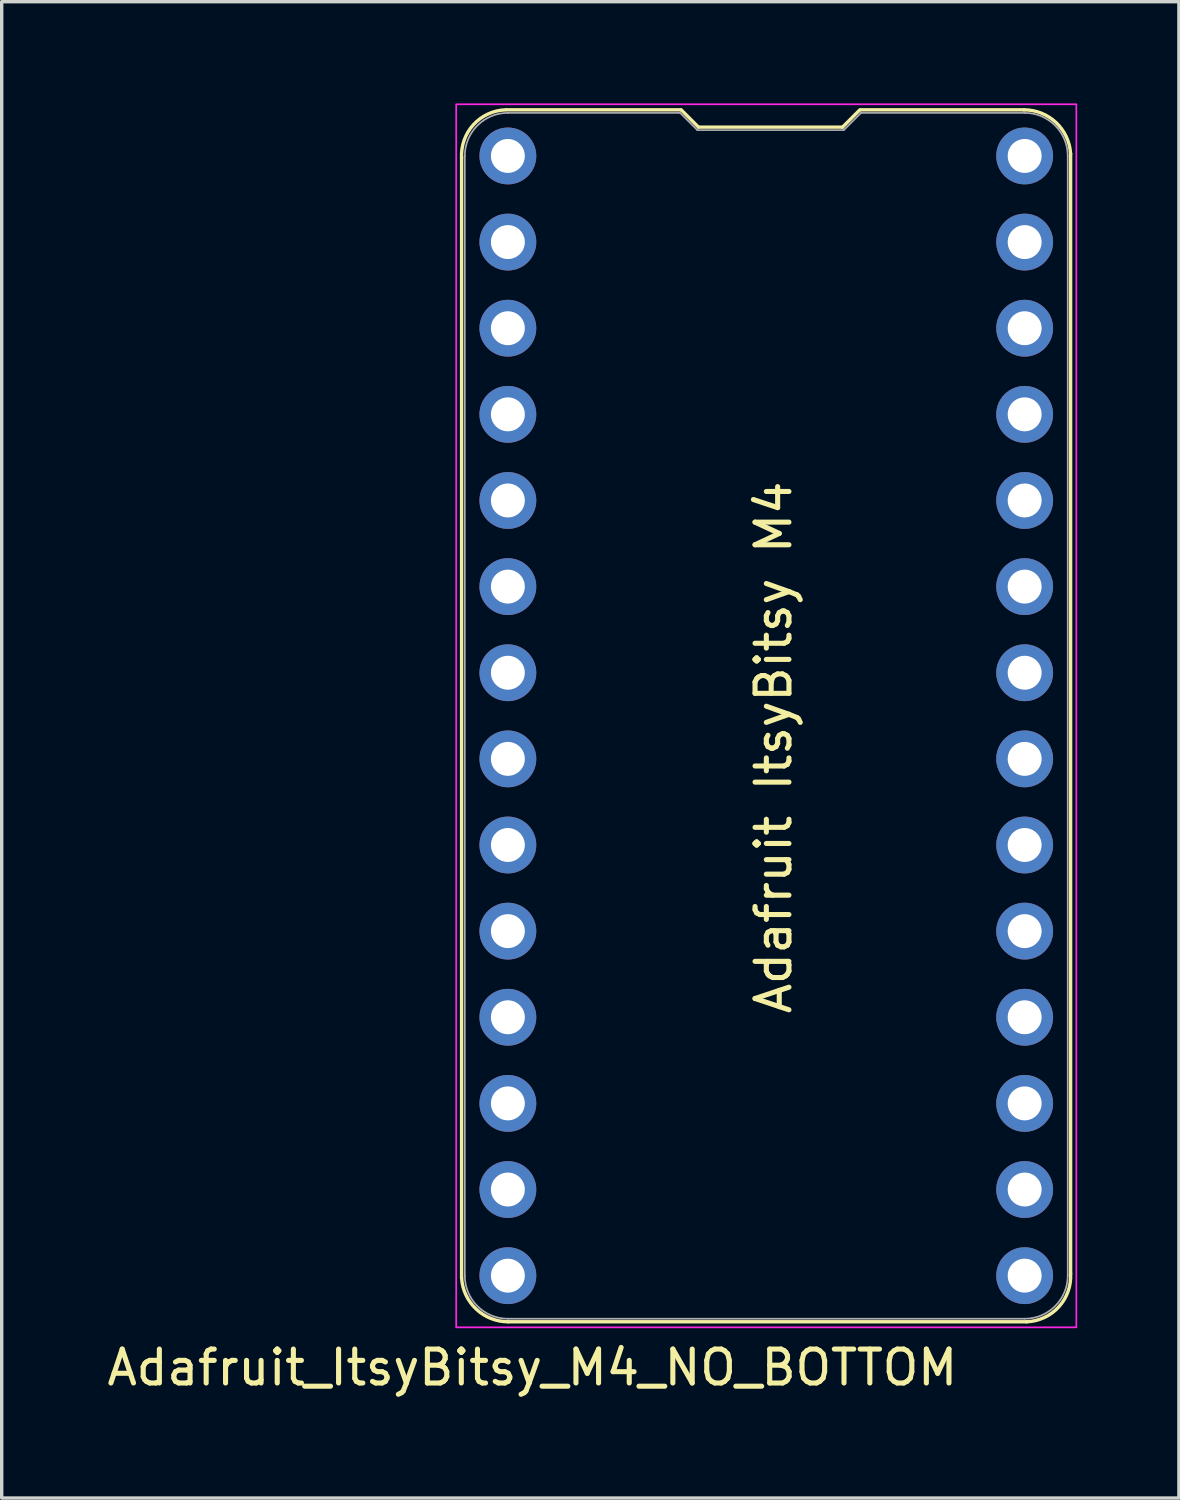
<source format=kicad_pcb>
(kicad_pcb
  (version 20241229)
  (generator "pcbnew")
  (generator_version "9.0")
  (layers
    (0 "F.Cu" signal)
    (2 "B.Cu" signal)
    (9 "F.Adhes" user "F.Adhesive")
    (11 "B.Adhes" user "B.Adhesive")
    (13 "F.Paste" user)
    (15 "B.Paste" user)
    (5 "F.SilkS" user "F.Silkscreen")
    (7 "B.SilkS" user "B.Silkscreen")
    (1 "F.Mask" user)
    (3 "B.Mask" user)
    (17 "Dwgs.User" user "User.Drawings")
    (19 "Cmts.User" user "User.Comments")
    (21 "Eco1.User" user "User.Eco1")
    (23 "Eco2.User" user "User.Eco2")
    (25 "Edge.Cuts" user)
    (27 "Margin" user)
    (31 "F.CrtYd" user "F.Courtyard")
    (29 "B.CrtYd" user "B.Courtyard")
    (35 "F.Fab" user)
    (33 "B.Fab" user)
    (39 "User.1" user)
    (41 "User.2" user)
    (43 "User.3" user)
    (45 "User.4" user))
  (footprint "Adafruit_ItsyBitsy_M4_NO_BOTTOM"
    (layer "F.Cu")
    (at 19.761 18.991)
    (property "Reference" "Adafruit_ItsyBitsy_M4_NO_BOTTOM" (at -7.112 18.288 0) (unlocked yes) (layer "F.SilkS") (effects (font (size 1 1) (thickness 0.15))))
    (attr through_hole)
    (fp_line (start -9.199 -17.382) (end -9.199 15.638) (stroke (width 0.1) (type solid)) (layer "F.SilkS"))
    (fp_line (start -7.814 16.938) (end 7.466 16.938) (stroke (width 0.1) (type solid)) (layer "F.SilkS"))
    (fp_line (start -2.734 -18.802) (end -7.874 -18.802) (stroke (width 0.1) (type solid)) (layer "F.SilkS"))
    (fp_line (start -2.214 -18.292) (end -2.722 -18.8) (stroke (width 0.1) (type solid)) (layer "F.SilkS"))
    (fp_line (start 2.036 -18.292) (end -2.204 -18.292) (stroke (width 0.1) (type solid)) (layer "F.SilkS"))
    (fp_line (start 2.54 -18.796) (end 2.032 -18.288) (stroke (width 0.1) (type solid)) (layer "F.SilkS"))
    (fp_line (start 7.386 -18.802) (end 2.56 -18.802) (stroke (width 0.1) (type solid)) (layer "F.SilkS"))
    (fp_line (start 8.761 15.518) (end 8.761 -17.502) (stroke (width 0.1) (type solid)) (layer "F.SilkS"))
    (fp_arc (start -9.199 -17.382) (mid -8.849361 -18.363641) (end -7.904 -18.802) (stroke (width 0.1) (type solid)) (layer "F.SilkS"))
    (fp_arc (start -7.824 16.938) (mid -8.770132 16.561553) (end -9.199 15.638) (stroke (width 0.1) (type solid)) (layer "F.SilkS"))
    (fp_arc (start 7.386 -18.802) (mid 8.332127 -18.425548) (end 8.761 -17.502) (stroke (width 0.1) (type solid)) (layer "F.SilkS"))
    (fp_arc (start 8.761 15.518) (mid 8.411359 16.499644) (end 7.466 16.938) (stroke (width 0.1) (type solid)) (layer "F.SilkS"))
    (fp_rect (start 8.93 17.102) (end -9.358 -18.966) (stroke (width 0.05) (type default)) (fill no) (layer "F.CrtYd"))
    (fp_line (start -9.104 -17.442) (end -9.104 15.578) (stroke (width 0.05) (type solid)) (layer "F.Fab"))
    (fp_line (start -7.834 16.848) (end 7.406 16.848) (stroke (width 0.05) (type solid)) (layer "F.Fab"))
    (fp_line (start -2.754 -18.712) (end -7.834 -18.712) (stroke (width 0.05) (type solid)) (layer "F.Fab"))
    (fp_line (start -2.246 -18.204) (end -2.754 -18.712) (stroke (width 0.05) (type solid)) (layer "F.Fab"))
    (fp_line (start 2.072 -18.204) (end -2.246 -18.204) (stroke (width 0.05) (type solid)) (layer "F.Fab"))
    (fp_line (start 2.58 -18.712) (end 2.072 -18.204) (stroke (width 0.05) (type solid)) (layer "F.Fab"))
    (fp_line (start 7.406 -18.712) (end 2.58 -18.712) (stroke (width 0.05) (type solid)) (layer "F.Fab"))
    (fp_line (start 8.676 15.578) (end 8.676 -17.442) (stroke (width 0.05) (type solid)) (layer "F.Fab"))
    (fp_arc (start -9.104 -17.442) (mid -8.732026 -18.340026) (end -7.834 -18.712) (stroke (width 0.05) (type solid)) (layer "F.Fab"))
    (fp_arc (start -7.834 16.848) (mid -8.732034 16.476034) (end -9.104 15.578) (stroke (width 0.05) (type solid)) (layer "F.Fab"))
    (fp_arc (start 7.406 -18.712) (mid 8.304026 -18.340026) (end 8.676 -17.442) (stroke (width 0.05) (type solid)) (layer "F.Fab"))
    (fp_arc (start 8.676 15.578) (mid 8.304055 16.476055) (end 7.406 16.848) (stroke (width 0.05) (type solid)) (layer "F.Fab"))
    (fp_text user "Adafruit ItsyBitsy M4" (at 0 0 270) (layer "F.SilkS") (effects (font (size 1 1) (thickness 0.15))))
    (pad "1" thru_hole circle (at -7.834 -17.442) (size 1.676 1.676) (drill 1) (layers "*.Cu" "*.Mask"))
    (pad "2" thru_hole circle (at -7.834 -14.902 180) (size 1.676 1.676) (drill 1) (layers "*.Cu" "*.Mask"))
    (pad "3" thru_hole circle (at -7.834 -12.362 180) (size 1.676 1.676) (drill 1) (layers "*.Cu" "*.Mask"))
    (pad "4" thru_hole circle (at -7.834 -9.822 180) (size 1.676 1.676) (drill 1) (layers "*.Cu" "*.Mask"))
    (pad "5" thru_hole circle (at -7.834 -7.282 180) (size 1.676 1.676) (drill 1) (layers "*.Cu" "*.Mask"))
    (pad "6" thru_hole circle (at -7.834 -4.742 180) (size 1.676 1.676) (drill 1) (layers "*.Cu" "*.Mask"))
    (pad "7" thru_hole circle (at -7.834 -2.202 180) (size 1.676 1.676) (drill 1) (layers "*.Cu" "*.Mask"))
    (pad "8" thru_hole circle (at -7.834 0.338 180) (size 1.676 1.676) (drill 1) (layers "*.Cu" "*.Mask"))
    (pad "9" thru_hole circle (at -7.834 2.878 180) (size 1.676 1.676) (drill 1) (layers "*.Cu" "*.Mask"))
    (pad "10" thru_hole circle (at -7.834 5.418 180) (size 1.676 1.676) (drill 1) (layers "*.Cu" "*.Mask"))
    (pad "11" thru_hole circle (at -7.834 7.958 180) (size 1.676 1.676) (drill 1) (layers "*.Cu" "*.Mask"))
    (pad "12" thru_hole circle (at -7.834 10.498 180) (size 1.676 1.676) (drill 1) (layers "*.Cu" "*.Mask"))
    (pad "13" thru_hole circle (at -7.834 13.038 180) (size 1.676 1.676) (drill 1) (layers "*.Cu" "*.Mask"))
    (pad "14" thru_hole circle (at -7.834 15.578 180) (size 1.676 1.676) (drill 1) (layers "*.Cu" "*.Mask"))
    (pad "15" thru_hole circle (at 7.406 15.578) (size 1.676 1.676) (drill 1) (layers "*.Cu" "*.Mask"))
    (pad "16" thru_hole circle (at 7.406 13.038) (size 1.676 1.676) (drill 1) (layers "*.Cu" "*.Mask"))
    (pad "17" thru_hole circle (at 7.406 10.498) (size 1.676 1.676) (drill 1) (layers "*.Cu" "*.Mask"))
    (pad "18" thru_hole circle (at 7.406 7.958) (size 1.676 1.676) (drill 1) (layers "*.Cu" "*.Mask"))
    (pad "19" thru_hole circle (at 7.406 5.418) (size 1.676 1.676) (drill 1) (layers "*.Cu" "*.Mask"))
    (pad "20" thru_hole circle (at 7.406 2.878) (size 1.676 1.676) (drill 1) (layers "*.Cu" "*.Mask"))
    (pad "21" thru_hole circle (at 7.406 0.338) (size 1.676 1.676) (drill 1) (layers "*.Cu" "*.Mask"))
    (pad "22" thru_hole circle (at 7.406 -2.202) (size 1.676 1.676) (drill 1) (layers "*.Cu" "*.Mask"))
    (pad "23" thru_hole circle (at 7.406 -4.742) (size 1.676 1.676) (drill 1) (layers "*.Cu" "*.Mask"))
    (pad "24" thru_hole circle (at 7.406 -7.282) (size 1.676 1.676) (drill 1) (layers "*.Cu" "*.Mask"))
    (pad "25" thru_hole circle (at 7.406 -9.822) (size 1.676 1.676) (drill 1) (layers "*.Cu" "*.Mask"))
    (pad "26" thru_hole circle (at 7.406 -12.362) (size 1.676 1.676) (drill 1) (layers "*.Cu" "*.Mask"))
    (pad "27" thru_hole circle (at 7.406 -14.902) (size 1.676 1.676) (drill 1) (layers "*.Cu" "*.Mask"))
    (pad "28" thru_hole circle (at 7.406 -17.442) (size 1.676 1.676) (drill 1) (layers "*.Cu" "*.Mask")))
  (gr_rect
    (start -3 -3)
    (end 31.716 41.127)
    (stroke (width 0.1) (type default))
    (fill no)
    (layer "Edge.Cuts")))
</source>
